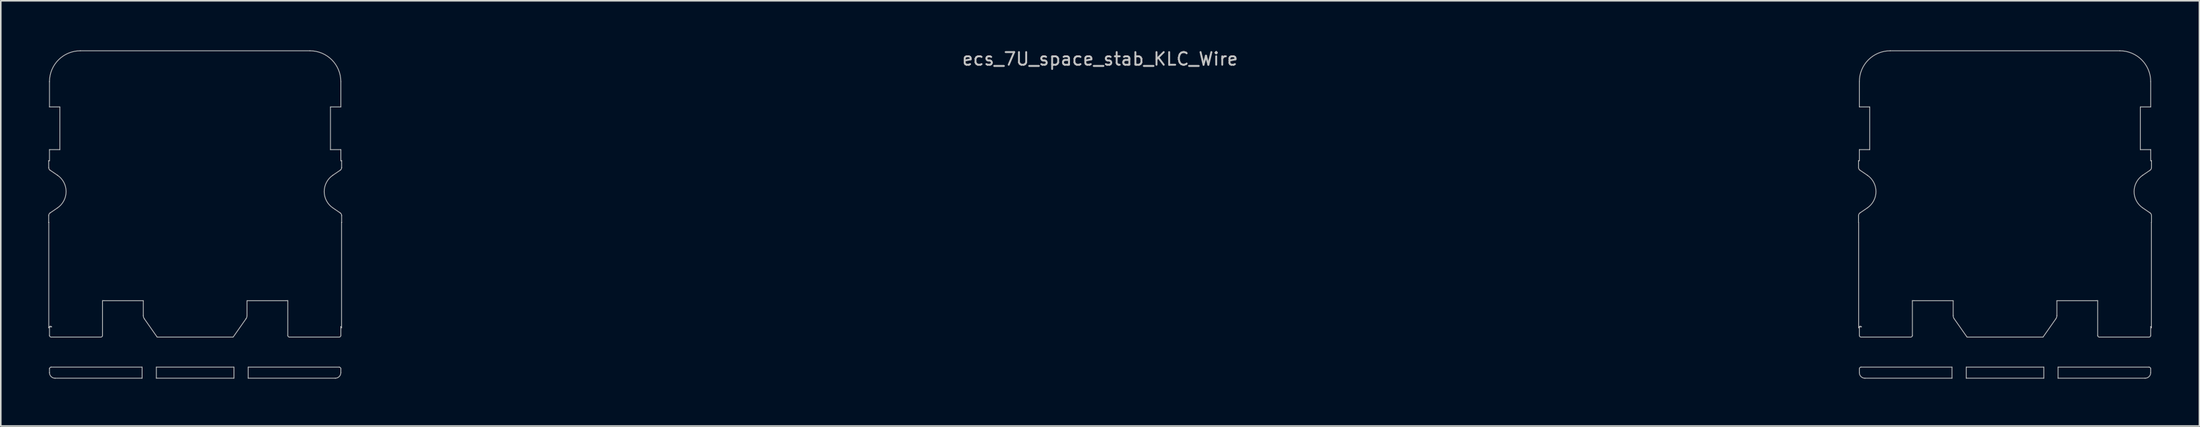
<source format=kicad_pcb>
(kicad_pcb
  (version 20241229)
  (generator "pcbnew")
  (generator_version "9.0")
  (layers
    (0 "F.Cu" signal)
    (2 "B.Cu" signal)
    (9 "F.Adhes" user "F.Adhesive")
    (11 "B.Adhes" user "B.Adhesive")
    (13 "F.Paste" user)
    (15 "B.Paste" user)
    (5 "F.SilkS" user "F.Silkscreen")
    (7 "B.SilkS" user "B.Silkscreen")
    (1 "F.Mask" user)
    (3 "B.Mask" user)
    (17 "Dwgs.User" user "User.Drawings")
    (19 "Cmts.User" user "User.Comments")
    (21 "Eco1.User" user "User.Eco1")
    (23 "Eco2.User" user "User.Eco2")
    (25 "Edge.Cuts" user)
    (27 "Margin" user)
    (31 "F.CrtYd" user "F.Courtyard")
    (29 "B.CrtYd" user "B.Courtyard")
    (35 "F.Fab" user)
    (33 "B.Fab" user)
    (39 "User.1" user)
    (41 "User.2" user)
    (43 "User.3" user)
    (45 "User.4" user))
  (footprint "ecs_7U_space_stab_KLC_Wire"
    (layer "F.Cu")
    (at 66.425 9.061)
    (property "Reference" "ecs_7U_space_stab_KLC_Wire" (at 0 -8.382 0) (layer "Dwgs.User") (effects (font (size 0.8 0.8) (thickness 0.12))))
    (attr smd)
    (fp_line (start -66.4 -1.95) (end -66.35 -1.95) (stroke (width 0.05) (type solid)) (layer "Dwgs.User"))
    (fp_line (start -66.4 -1.516) (end -66.4 -1.95) (stroke (width 0.05) (type solid)) (layer "Dwgs.User"))
    (fp_line (start -66.4 1.95) (end -66.4 1.516) (stroke (width 0.05) (type solid)) (layer "Dwgs.User"))
    (fp_line (start -66.394 1.95) (end -66.4 1.95) (stroke (width 0.05) (type solid)) (layer "Dwgs.User"))
    (fp_line (start -66.394 8.616) (end -66.394 1.95) (stroke (width 0.05) (type solid)) (layer "Dwgs.User"))
    (fp_line (start -66.35 -5.35) (end -66.35 -6.95) (stroke (width 0.05) (type solid)) (layer "Dwgs.User"))
    (fp_line (start -66.35 -2.65) (end -65.695 -2.65) (stroke (width 0.05) (type solid)) (layer "Dwgs.User"))
    (fp_line (start -66.35 -1.95) (end -66.35 -2.65) (stroke (width 0.05) (type solid)) (layer "Dwgs.User"))
    (fp_line (start -66.35 8.55) (end -66.219 8.55) (stroke (width 0.05) (type solid)) (layer "Dwgs.User"))
    (fp_line (start -66.35 9.1) (end -66.35 8.55) (stroke (width 0.05) (type solid)) (layer "Dwgs.User"))
    (fp_line (start -66.35 11.45) (end -66.35 11.2) (stroke (width 0.05) (type solid)) (layer "Dwgs.User"))
    (fp_line (start -66.313 1.351) (end -65.846 1.033) (stroke (width 0.05) (type solid)) (layer "Dwgs.User"))
    (fp_line (start -66.25 11.1) (end -60.5 11.1) (stroke (width 0.05) (type solid)) (layer "Dwgs.User"))
    (fp_line (start -65.846 -1.033) (end -66.313 -1.351) (stroke (width 0.05) (type solid)) (layer "Dwgs.User"))
    (fp_line (start -65.695 -5.35) (end -66.35 -5.35) (stroke (width 0.05) (type solid)) (layer "Dwgs.User"))
    (fp_line (start -65.695 -2.65) (end -65.695 -5.35) (stroke (width 0.05) (type solid)) (layer "Dwgs.User"))
    (fp_line (start -64.4 -8.9) (end -49.9 -8.9) (stroke (width 0.05) (type solid)) (layer "Dwgs.User"))
    (fp_line (start -63.1 9.2) (end -66.25 9.2) (stroke (width 0.05) (type solid)) (layer "Dwgs.User"))
    (fp_line (start -63 6.895) (end -63 9.1) (stroke (width 0.05) (type solid)) (layer "Dwgs.User"))
    (fp_line (start -60.5 11.1) (end -60.5 11.8) (stroke (width 0.05) (type solid)) (layer "Dwgs.User"))
    (fp_line (start -60.5 11.8) (end -66 11.8) (stroke (width 0.05) (type solid)) (layer "Dwgs.User"))
    (fp_line (start -60.425 6.9) (end -62.9 6.9) (stroke (width 0.05) (type solid)) (layer "Dwgs.User"))
    (fp_line (start -60.425 7.84) (end -60.425 6.9) (stroke (width 0.05) (type solid)) (layer "Dwgs.User"))
    (fp_line (start -59.6 11.1) (end -54.7 11.1) (stroke (width 0.05) (type solid)) (layer "Dwgs.User"))
    (fp_line (start -59.6 11.8) (end -59.6 11.1) (stroke (width 0.05) (type solid)) (layer "Dwgs.User"))
    (fp_line (start -59.55 9.2) (end -60.362 8.041) (stroke (width 0.05) (type solid)) (layer "Dwgs.User"))
    (fp_line (start -54.75 9.2) (end -59.55 9.2) (stroke (width 0.05) (type solid)) (layer "Dwgs.User"))
    (fp_line (start -54.7 11.1) (end -54.7 11.8) (stroke (width 0.05) (type solid)) (layer "Dwgs.User"))
    (fp_line (start -54.7 11.8) (end -59.6 11.8) (stroke (width 0.05) (type solid)) (layer "Dwgs.User"))
    (fp_line (start -53.938 8.041) (end -54.75 9.2) (stroke (width 0.05) (type solid)) (layer "Dwgs.User"))
    (fp_line (start -53.875 6.9) (end -53.875 7.84) (stroke (width 0.05) (type solid)) (layer "Dwgs.User"))
    (fp_line (start -53.8 11.1) (end -48.05 11.1) (stroke (width 0.05) (type solid)) (layer "Dwgs.User"))
    (fp_line (start -53.8 11.8) (end -53.8 11.1) (stroke (width 0.05) (type solid)) (layer "Dwgs.User"))
    (fp_line (start -51.4 6.9) (end -53.875 6.9) (stroke (width 0.05) (type solid)) (layer "Dwgs.User"))
    (fp_line (start -51.3 9.1) (end -51.3 6.895) (stroke (width 0.05) (type solid)) (layer "Dwgs.User"))
    (fp_line (start -48.605 -5.35) (end -48.605 -2.65) (stroke (width 0.05) (type solid)) (layer "Dwgs.User"))
    (fp_line (start -48.605 -2.65) (end -47.95 -2.65) (stroke (width 0.05) (type solid)) (layer "Dwgs.User"))
    (fp_line (start -48.454 1.033) (end -47.987 1.351) (stroke (width 0.05) (type solid)) (layer "Dwgs.User"))
    (fp_line (start -48.3 11.8) (end -53.8 11.8) (stroke (width 0.05) (type solid)) (layer "Dwgs.User"))
    (fp_line (start -48.05 9.2) (end -51.2 9.2) (stroke (width 0.05) (type solid)) (layer "Dwgs.User"))
    (fp_line (start -47.987 -1.351) (end -48.454 -1.033) (stroke (width 0.05) (type solid)) (layer "Dwgs.User"))
    (fp_line (start -47.95 8.534) (end -47.95 9.1) (stroke (width 0.05) (type solid)) (layer "Dwgs.User"))
    (fp_line (start -47.95 -6.95) (end -47.95 -5.35) (stroke (width 0.05) (type solid)) (layer "Dwgs.User"))
    (fp_line (start -47.95 -5.35) (end -48.605 -5.35) (stroke (width 0.05) (type solid)) (layer "Dwgs.User"))
    (fp_line (start -47.95 -2.65) (end -47.95 -1.95) (stroke (width 0.05) (type solid)) (layer "Dwgs.User"))
    (fp_line (start -47.95 -1.95) (end -47.9 -1.95) (stroke (width 0.05) (type solid)) (layer "Dwgs.User"))
    (fp_line (start -47.95 11.2) (end -47.95 11.45) (stroke (width 0.05) (type solid)) (layer "Dwgs.User"))
    (fp_line (start -47.906 1.95) (end -47.906 8.616) (stroke (width 0.05) (type solid)) (layer "Dwgs.User"))
    (fp_line (start -47.9 -1.95) (end -47.9 -1.516) (stroke (width 0.05) (type solid)) (layer "Dwgs.User"))
    (fp_line (start -47.9 1.516) (end -47.9 1.95) (stroke (width 0.05) (type solid)) (layer "Dwgs.User"))
    (fp_line (start -47.9 1.95) (end -47.906 1.95) (stroke (width 0.05) (type solid)) (layer "Dwgs.User"))
    (fp_line (start 47.9 -1.95) (end 47.95 -1.95) (stroke (width 0.05) (type solid)) (layer "Dwgs.User"))
    (fp_line (start 47.9 -1.516) (end 47.9 -1.95) (stroke (width 0.05) (type solid)) (layer "Dwgs.User"))
    (fp_line (start 47.9 1.95) (end 47.9 1.516) (stroke (width 0.05) (type solid)) (layer "Dwgs.User"))
    (fp_line (start 47.906 1.95) (end 47.9 1.95) (stroke (width 0.05) (type solid)) (layer "Dwgs.User"))
    (fp_line (start 47.906 8.616) (end 47.906 1.95) (stroke (width 0.05) (type solid)) (layer "Dwgs.User"))
    (fp_line (start 47.95 -5.35) (end 47.95 -6.95) (stroke (width 0.05) (type solid)) (layer "Dwgs.User"))
    (fp_line (start 47.95 -2.65) (end 48.605 -2.65) (stroke (width 0.05) (type solid)) (layer "Dwgs.User"))
    (fp_line (start 47.95 -1.95) (end 47.95 -2.65) (stroke (width 0.05) (type solid)) (layer "Dwgs.User"))
    (fp_line (start 47.95 8.55) (end 48.081 8.55) (stroke (width 0.05) (type solid)) (layer "Dwgs.User"))
    (fp_line (start 47.95 9.1) (end 47.95 8.55) (stroke (width 0.05) (type solid)) (layer "Dwgs.User"))
    (fp_line (start 47.95 11.45) (end 47.95 11.2) (stroke (width 0.05) (type solid)) (layer "Dwgs.User"))
    (fp_line (start 47.987 1.351) (end 48.454 1.033) (stroke (width 0.05) (type solid)) (layer "Dwgs.User"))
    (fp_line (start 48.05 11.1) (end 53.8 11.1) (stroke (width 0.05) (type solid)) (layer "Dwgs.User"))
    (fp_line (start 48.454 -1.033) (end 47.987 -1.351) (stroke (width 0.05) (type solid)) (layer "Dwgs.User"))
    (fp_line (start 48.605 -5.35) (end 47.95 -5.35) (stroke (width 0.05) (type solid)) (layer "Dwgs.User"))
    (fp_line (start 48.605 -2.65) (end 48.605 -5.35) (stroke (width 0.05) (type solid)) (layer "Dwgs.User"))
    (fp_line (start 49.9 -8.9) (end 64.4 -8.9) (stroke (width 0.05) (type solid)) (layer "Dwgs.User"))
    (fp_line (start 51.2 9.2) (end 48.05 9.2) (stroke (width 0.05) (type solid)) (layer "Dwgs.User"))
    (fp_line (start 51.3 6.895) (end 51.3 9.1) (stroke (width 0.05) (type solid)) (layer "Dwgs.User"))
    (fp_line (start 53.8 11.1) (end 53.8 11.8) (stroke (width 0.05) (type solid)) (layer "Dwgs.User"))
    (fp_line (start 53.8 11.8) (end 48.3 11.8) (stroke (width 0.05) (type solid)) (layer "Dwgs.User"))
    (fp_line (start 53.875 6.9) (end 51.4 6.9) (stroke (width 0.05) (type solid)) (layer "Dwgs.User"))
    (fp_line (start 53.875 7.84) (end 53.875 6.9) (stroke (width 0.05) (type solid)) (layer "Dwgs.User"))
    (fp_line (start 54.7 11.1) (end 59.6 11.1) (stroke (width 0.05) (type solid)) (layer "Dwgs.User"))
    (fp_line (start 54.7 11.8) (end 54.7 11.1) (stroke (width 0.05) (type solid)) (layer "Dwgs.User"))
    (fp_line (start 54.75 9.2) (end 53.938 8.041) (stroke (width 0.05) (type solid)) (layer "Dwgs.User"))
    (fp_line (start 59.55 9.2) (end 54.75 9.2) (stroke (width 0.05) (type solid)) (layer "Dwgs.User"))
    (fp_line (start 59.6 11.1) (end 59.6 11.8) (stroke (width 0.05) (type solid)) (layer "Dwgs.User"))
    (fp_line (start 59.6 11.8) (end 54.7 11.8) (stroke (width 0.05) (type solid)) (layer "Dwgs.User"))
    (fp_line (start 60.362 8.041) (end 59.55 9.2) (stroke (width 0.05) (type solid)) (layer "Dwgs.User"))
    (fp_line (start 60.425 6.9) (end 60.425 7.84) (stroke (width 0.05) (type solid)) (layer "Dwgs.User"))
    (fp_line (start 60.5 11.1) (end 66.25 11.1) (stroke (width 0.05) (type solid)) (layer "Dwgs.User"))
    (fp_line (start 60.5 11.8) (end 60.5 11.1) (stroke (width 0.05) (type solid)) (layer "Dwgs.User"))
    (fp_line (start 62.9 6.9) (end 60.425 6.9) (stroke (width 0.05) (type solid)) (layer "Dwgs.User"))
    (fp_line (start 63 9.1) (end 63 6.895) (stroke (width 0.05) (type solid)) (layer "Dwgs.User"))
    (fp_line (start 65.695 -5.35) (end 65.695 -2.65) (stroke (width 0.05) (type solid)) (layer "Dwgs.User"))
    (fp_line (start 65.695 -2.65) (end 66.35 -2.65) (stroke (width 0.05) (type solid)) (layer "Dwgs.User"))
    (fp_line (start 65.846 1.033) (end 66.313 1.351) (stroke (width 0.05) (type solid)) (layer "Dwgs.User"))
    (fp_line (start 66 11.8) (end 60.5 11.8) (stroke (width 0.05) (type solid)) (layer "Dwgs.User"))
    (fp_line (start 66.25 9.2) (end 63.1 9.2) (stroke (width 0.05) (type solid)) (layer "Dwgs.User"))
    (fp_line (start 66.313 -1.351) (end 65.846 -1.033) (stroke (width 0.05) (type solid)) (layer "Dwgs.User"))
    (fp_line (start 66.35 8.534) (end 66.35 9.1) (stroke (width 0.05) (type solid)) (layer "Dwgs.User"))
    (fp_line (start 66.35 -6.95) (end 66.35 -5.35) (stroke (width 0.05) (type solid)) (layer "Dwgs.User"))
    (fp_line (start 66.35 -5.35) (end 65.695 -5.35) (stroke (width 0.05) (type solid)) (layer "Dwgs.User"))
    (fp_line (start 66.35 -2.65) (end 66.35 -1.95) (stroke (width 0.05) (type solid)) (layer "Dwgs.User"))
    (fp_line (start 66.35 -1.95) (end 66.4 -1.95) (stroke (width 0.05) (type solid)) (layer "Dwgs.User"))
    (fp_line (start 66.35 11.2) (end 66.35 11.45) (stroke (width 0.05) (type solid)) (layer "Dwgs.User"))
    (fp_line (start 66.394 1.95) (end 66.394 8.616) (stroke (width 0.05) (type solid)) (layer "Dwgs.User"))
    (fp_line (start 66.4 -1.95) (end 66.4 -1.516) (stroke (width 0.05) (type solid)) (layer "Dwgs.User"))
    (fp_line (start 66.4 1.516) (end 66.4 1.95) (stroke (width 0.05) (type solid)) (layer "Dwgs.User"))
    (fp_line (start 66.4 1.95) (end 66.394 1.95) (stroke (width 0.05) (type solid)) (layer "Dwgs.User"))
    (fp_arc (start -66.400003 1.516225) (mid -66.376822 1.422766) (end -66.312652 1.350973) (stroke (width 0.05) (type solid)) (layer "Dwgs.User"))
    (fp_arc (start -66.39375 8.616395) (mid -66.32927 8.52292) (end -66.218988 8.55) (stroke (width 0.05) (type solid)) (layer "Dwgs.User"))
    (fp_arc (start -66.35 -6.95) (mid -65.778858 -8.328858) (end -64.4 -8.9) (stroke (width 0.05) (type solid)) (layer "Dwgs.User"))
    (fp_arc (start -66.35 11.199994) (mid -66.320712 11.129286) (end -66.250003 11.1) (stroke (width 0.05) (type solid)) (layer "Dwgs.User"))
    (fp_arc (start -66.312652 -1.350973) (mid -66.376822 -1.422766) (end -66.400003 -1.516225) (stroke (width 0.05) (type solid)) (layer "Dwgs.User"))
    (fp_arc (start -66.250003 9.2) (mid -66.320712 9.170714) (end -66.35 9.100006) (stroke (width 0.05) (type solid)) (layer "Dwgs.User"))
    (fp_arc (start -66.000023 11.8) (mid -66.247497 11.697497) (end -66.35 11.450023) (stroke (width 0.05) (type solid)) (layer "Dwgs.User"))
    (fp_arc (start -65.845979 -1.032887) (mid -65.3 0) (end -65.845979 1.032887) (stroke (width 0.05) (type solid)) (layer "Dwgs.User"))
    (fp_arc (start -63 9.099996) (mid -63.029288 9.170709) (end -63.1 9.2) (stroke (width 0.05) (type solid)) (layer "Dwgs.User"))
    (fp_arc (start -62.9 6.9) (mid -62.950063 6.898746) (end -63 6.894987) (stroke (width 0.05) (type solid)) (layer "Dwgs.User"))
    (fp_arc (start -60.361703 8.040768) (mid -60.408801 7.945263) (end -60.425 7.840016) (stroke (width 0.05) (type solid)) (layer "Dwgs.User"))
    (fp_arc (start -53.875 7.840016) (mid -53.891199 7.945263) (end -53.938297 8.040768) (stroke (width 0.05) (type solid)) (layer "Dwgs.User"))
    (fp_arc (start -51.3 6.894987) (mid -51.349937 6.898746) (end -51.4 6.9) (stroke (width 0.05) (type solid)) (layer "Dwgs.User"))
    (fp_arc (start -51.2 9.2) (mid -51.270712 9.170709) (end -51.3 9.099996) (stroke (width 0.05) (type solid)) (layer "Dwgs.User"))
    (fp_arc (start -49.9 -8.9) (mid -48.521142 -8.328858) (end -47.95 -6.95) (stroke (width 0.05) (type solid)) (layer "Dwgs.User"))
    (fp_arc (start -48.454021 1.032887) (mid -49 0) (end -48.454021 -1.032887) (stroke (width 0.05) (type solid)) (layer "Dwgs.User"))
    (fp_arc (start -48.049997 11.1) (mid -47.979288 11.129286) (end -47.95 11.199994) (stroke (width 0.05) (type solid)) (layer "Dwgs.User"))
    (fp_arc (start -47.987348 1.350973) (mid -47.923178 1.422766) (end -47.899997 1.516225) (stroke (width 0.05) (type solid)) (layer "Dwgs.User"))
    (fp_arc (start -47.950001 8.533718) (mid -47.917862 8.569625) (end -47.90625 8.616395) (stroke (width 0.05) (type solid)) (layer "Dwgs.User"))
    (fp_arc (start -47.95 9.100006) (mid -47.979288 9.170714) (end -48.049997 9.2) (stroke (width 0.05) (type solid)) (layer "Dwgs.User"))
    (fp_arc (start -47.95 11.450023) (mid -48.052503 11.697497) (end -48.299977 11.8) (stroke (width 0.05) (type solid)) (layer "Dwgs.User"))
    (fp_arc (start -47.899997 -1.516225) (mid -47.923178 -1.422766) (end -47.987348 -1.350973) (stroke (width 0.05) (type solid)) (layer "Dwgs.User"))
    (fp_arc (start 47.899997 1.516225) (mid 47.923168 1.422757) (end 47.987348 1.350973) (stroke (width 0.05) (type solid)) (layer "Dwgs.User"))
    (fp_arc (start 47.90625 8.616395) (mid 47.970717 8.52296) (end 48.081012 8.55) (stroke (width 0.05) (type solid)) (layer "Dwgs.User"))
    (fp_arc (start 47.95 -6.95) (mid 48.521142 -8.328858) (end 49.9 -8.9) (stroke (width 0.05) (type solid)) (layer "Dwgs.User"))
    (fp_arc (start 47.95 11.199994) (mid 47.97929 11.129288) (end 48.049997 11.1) (stroke (width 0.05) (type solid)) (layer "Dwgs.User"))
    (fp_arc (start 47.987348 -1.350973) (mid 47.923192 -1.422769) (end 47.899997 -1.516225) (stroke (width 0.05) (type solid)) (layer "Dwgs.User"))
    (fp_arc (start 48.049997 9.2) (mid 47.97929 9.170712) (end 47.95 9.100006) (stroke (width 0.05) (type solid)) (layer "Dwgs.User"))
    (fp_arc (start 48.299977 11.8) (mid 48.052513 11.697487) (end 47.95 11.450023) (stroke (width 0.05) (type solid)) (layer "Dwgs.User"))
    (fp_arc (start 48.454021 -1.032887) (mid 49 0) (end 48.454021 1.032887) (stroke (width 0.05) (type solid)) (layer "Dwgs.User"))
    (fp_arc (start 51.3 9.099996) (mid 51.270712 9.170709) (end 51.2 9.2) (stroke (width 0.05) (type solid)) (layer "Dwgs.User"))
    (fp_arc (start 51.4 6.9) (mid 51.349937 6.898746) (end 51.3 6.894987) (stroke (width 0.05) (type solid)) (layer "Dwgs.User"))
    (fp_arc (start 53.938297 8.040768) (mid 53.891195 7.945264) (end 53.875 7.840016) (stroke (width 0.05) (type solid)) (layer "Dwgs.User"))
    (fp_arc (start 60.425 7.840016) (mid 60.408797 7.945261) (end 60.361703 8.040768) (stroke (width 0.05) (type solid)) (layer "Dwgs.User"))
    (fp_arc (start 63 6.894987) (mid 62.950063 6.898746) (end 62.9 6.9) (stroke (width 0.05) (type solid)) (layer "Dwgs.User"))
    (fp_arc (start 63.1 9.2) (mid 63.029288 9.170709) (end 63 9.099996) (stroke (width 0.05) (type solid)) (layer "Dwgs.User"))
    (fp_arc (start 64.4 -8.9) (mid 65.778858 -8.328858) (end 66.35 -6.95) (stroke (width 0.05) (type solid)) (layer "Dwgs.User"))
    (fp_arc (start 65.845979 1.032887) (mid 65.3 0) (end 65.845979 -1.032887) (stroke (width 0.05) (type solid)) (layer "Dwgs.User"))
    (fp_arc (start 66.250003 11.1) (mid 66.32071 11.129288) (end 66.35 11.199994) (stroke (width 0.05) (type solid)) (layer "Dwgs.User"))
    (fp_arc (start 66.312652 1.350973) (mid 66.376808 1.422769) (end 66.400003 1.516225) (stroke (width 0.05) (type solid)) (layer "Dwgs.User"))
    (fp_arc (start 66.349999 8.533718) (mid 66.382153 8.56962) (end 66.39375 8.616395) (stroke (width 0.05) (type solid)) (layer "Dwgs.User"))
    (fp_arc (start 66.35 9.100006) (mid 66.32071 9.170712) (end 66.250003 9.2) (stroke (width 0.05) (type solid)) (layer "Dwgs.User"))
    (fp_arc (start 66.35 11.450023) (mid 66.247487 11.697487) (end 66.000023 11.8) (stroke (width 0.05) (type solid)) (layer "Dwgs.User"))
    (fp_arc (start 66.400003 -1.516225) (mid 66.376832 -1.422757) (end 66.312652 -1.350973) (stroke (width 0.05) (type solid)) (layer "Dwgs.User")))
  (gr_rect
    (start -3 -3)
    (end 135.85 23.886)
    (stroke (width 0.1) (type default))
    (fill no)
    (layer "Edge.Cuts")))
</source>
